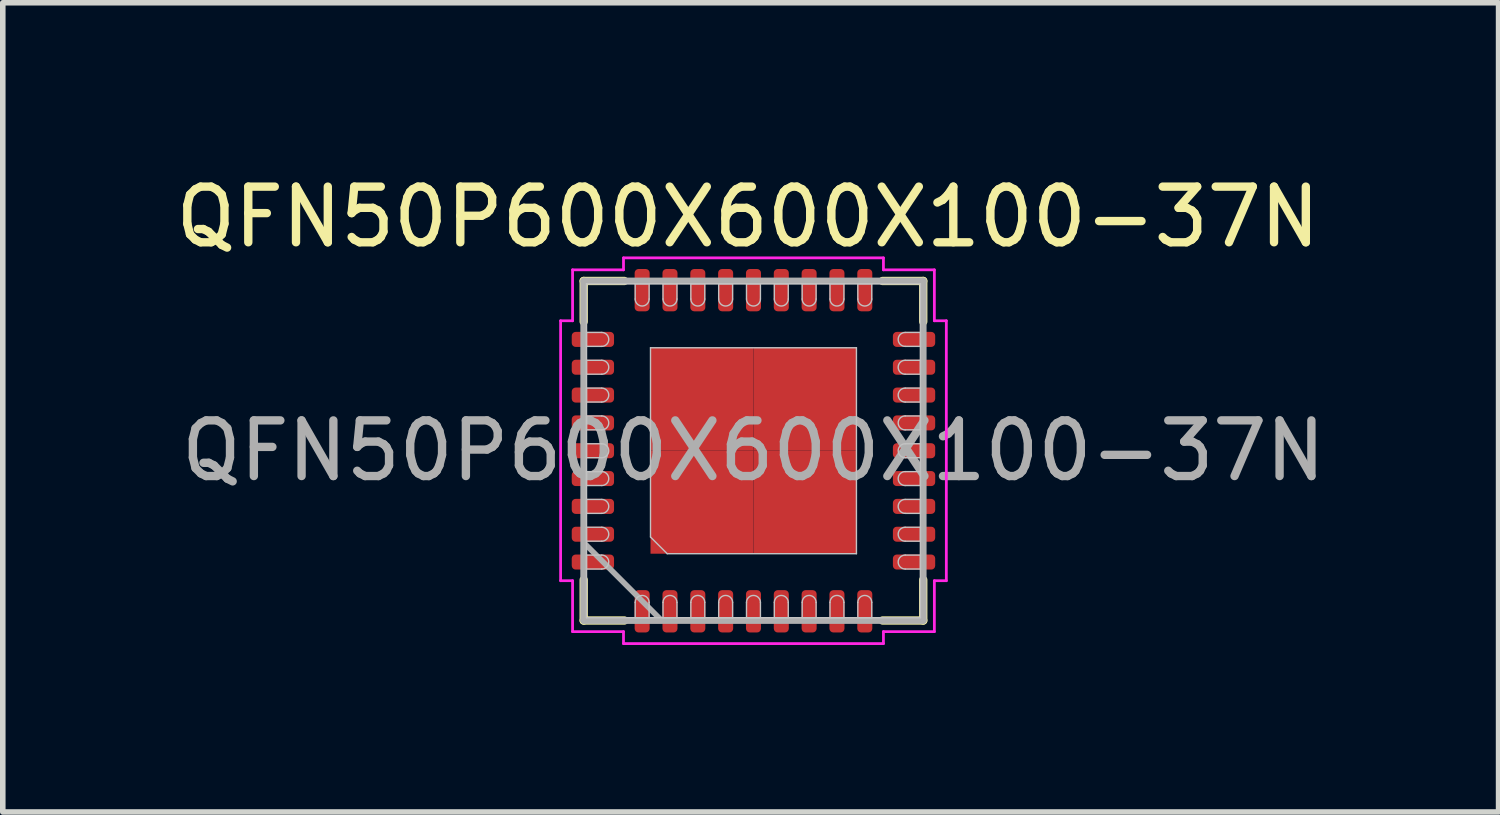
<source format=kicad_pcb>
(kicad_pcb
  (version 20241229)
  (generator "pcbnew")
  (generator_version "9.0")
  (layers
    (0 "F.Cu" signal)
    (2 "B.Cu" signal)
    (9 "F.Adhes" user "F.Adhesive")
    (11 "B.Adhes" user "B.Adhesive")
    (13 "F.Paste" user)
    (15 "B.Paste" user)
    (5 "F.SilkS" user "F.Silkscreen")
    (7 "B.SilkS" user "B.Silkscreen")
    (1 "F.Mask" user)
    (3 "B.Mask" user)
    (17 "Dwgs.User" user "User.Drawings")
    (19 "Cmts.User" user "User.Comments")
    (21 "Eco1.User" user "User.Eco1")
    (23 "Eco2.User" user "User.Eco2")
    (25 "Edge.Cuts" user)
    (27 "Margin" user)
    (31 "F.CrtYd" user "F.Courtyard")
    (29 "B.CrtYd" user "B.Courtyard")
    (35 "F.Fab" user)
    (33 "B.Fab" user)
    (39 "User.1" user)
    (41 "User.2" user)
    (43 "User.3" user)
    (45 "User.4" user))
  (footprint "QFN50P600X600X100-37N"
    (layer "F.Cu")
    (at 10.487 5.048)
    (property "Reference" "QFN50P600X600X100-37N" (at -0.1 -4.2 0) (layer "F.SilkS") (effects (font (size 1 1) (thickness 0.15))))
    (attr smd)
    (fp_line (start -3.05 -3.05) (end -3.05 -2.32) (stroke (width 0.15) (type solid)) (layer "F.SilkS"))
    (fp_line (start -3.05 3.05) (end -3.05 2.32) (stroke (width 0.15) (type solid)) (layer "F.SilkS"))
    (fp_line (start -2.32 -3.05) (end -3.05 -3.05) (stroke (width 0.15) (type solid)) (layer "F.SilkS"))
    (fp_line (start -2.32 3.05) (end -3.05 3.05) (stroke (width 0.15) (type solid)) (layer "F.SilkS"))
    (fp_line (start 2.32 -3.05) (end 3.05 -3.05) (stroke (width 0.15) (type solid)) (layer "F.SilkS"))
    (fp_line (start 2.32 3.05) (end 3.05 3.05) (stroke (width 0.15) (type solid)) (layer "F.SilkS"))
    (fp_line (start 3.05 -3.05) (end 3.05 -2.32) (stroke (width 0.15) (type solid)) (layer "F.SilkS"))
    (fp_line (start 3.05 3.05) (end 3.05 2.32) (stroke (width 0.15) (type solid)) (layer "F.SilkS"))
    (fp_line (start -3 -3) (end 3 -3) (stroke (width 0.025) (type solid)) (layer "Dwgs.User"))
    (fp_line (start -3 -2.125) (end -3 -1.875) (stroke (width 0.025) (type solid)) (layer "Dwgs.User"))
    (fp_line (start -3 -1.875) (end -2.725 -1.875) (stroke (width 0.025) (type solid)) (layer "Dwgs.User"))
    (fp_line (start -3 -1.625) (end -3 -1.375) (stroke (width 0.025) (type solid)) (layer "Dwgs.User"))
    (fp_line (start -3 -1.375) (end -2.725 -1.375) (stroke (width 0.025) (type solid)) (layer "Dwgs.User"))
    (fp_line (start -3 -1.125) (end -3 -0.875) (stroke (width 0.025) (type solid)) (layer "Dwgs.User"))
    (fp_line (start -3 -0.875) (end -2.725 -0.875) (stroke (width 0.025) (type solid)) (layer "Dwgs.User"))
    (fp_line (start -3 -0.625) (end -3 -0.375) (stroke (width 0.025) (type solid)) (layer "Dwgs.User"))
    (fp_line (start -3 -0.375) (end -2.725 -0.375) (stroke (width 0.025) (type solid)) (layer "Dwgs.User"))
    (fp_line (start -3 -0.125) (end -3 0.125) (stroke (width 0.025) (type solid)) (layer "Dwgs.User"))
    (fp_line (start -3 0.125) (end -2.725 0.125) (stroke (width 0.025) (type solid)) (layer "Dwgs.User"))
    (fp_line (start -3 0.375) (end -3 0.625) (stroke (width 0.025) (type solid)) (layer "Dwgs.User"))
    (fp_line (start -3 0.625) (end -2.725 0.625) (stroke (width 0.025) (type solid)) (layer "Dwgs.User"))
    (fp_line (start -3 0.875) (end -3 1.125) (stroke (width 0.025) (type solid)) (layer "Dwgs.User"))
    (fp_line (start -3 1.125) (end -2.725 1.125) (stroke (width 0.025) (type solid)) (layer "Dwgs.User"))
    (fp_line (start -3 1.375) (end -3 1.625) (stroke (width 0.025) (type solid)) (layer "Dwgs.User"))
    (fp_line (start -3 1.625) (end -2.725 1.625) (stroke (width 0.025) (type solid)) (layer "Dwgs.User"))
    (fp_line (start -3 1.875) (end -3 2.125) (stroke (width 0.025) (type solid)) (layer "Dwgs.User"))
    (fp_line (start -3 2.125) (end -2.725 2.125) (stroke (width 0.025) (type solid)) (layer "Dwgs.User"))
    (fp_line (start -3 3) (end -3 -3) (stroke (width 0.025) (type solid)) (layer "Dwgs.User"))
    (fp_line (start -2.725 -2.125) (end -3 -2.125) (stroke (width 0.025) (type solid)) (layer "Dwgs.User"))
    (fp_line (start -2.725 -1.625) (end -3 -1.625) (stroke (width 0.025) (type solid)) (layer "Dwgs.User"))
    (fp_line (start -2.725 -1.125) (end -3 -1.125) (stroke (width 0.025) (type solid)) (layer "Dwgs.User"))
    (fp_line (start -2.725 -0.625) (end -3 -0.625) (stroke (width 0.025) (type solid)) (layer "Dwgs.User"))
    (fp_line (start -2.725 -0.125) (end -3 -0.125) (stroke (width 0.025) (type solid)) (layer "Dwgs.User"))
    (fp_line (start -2.725 0.375) (end -3 0.375) (stroke (width 0.025) (type solid)) (layer "Dwgs.User"))
    (fp_line (start -2.725 0.875) (end -3 0.875) (stroke (width 0.025) (type solid)) (layer "Dwgs.User"))
    (fp_line (start -2.725 1.375) (end -3 1.375) (stroke (width 0.025) (type solid)) (layer "Dwgs.User"))
    (fp_line (start -2.725 1.875) (end -3 1.875) (stroke (width 0.025) (type solid)) (layer "Dwgs.User"))
    (fp_line (start -2.125 -3) (end -2.125 -2.725) (stroke (width 0.025) (type solid)) (layer "Dwgs.User"))
    (fp_line (start -2.125 2.725) (end -2.125 3) (stroke (width 0.025) (type solid)) (layer "Dwgs.User"))
    (fp_line (start -2.125 3) (end -1.875 3) (stroke (width 0.025) (type solid)) (layer "Dwgs.User"))
    (fp_line (start -1.875 -3) (end -2.125 -3) (stroke (width 0.025) (type solid)) (layer "Dwgs.User"))
    (fp_line (start -1.875 -2.725) (end -1.875 -3) (stroke (width 0.025) (type solid)) (layer "Dwgs.User"))
    (fp_line (start -1.875 3) (end -1.875 2.725) (stroke (width 0.025) (type solid)) (layer "Dwgs.User"))
    (fp_line (start -1.85 -1.85) (end -1.85 1.55) (stroke (width 0.025) (type solid)) (layer "Dwgs.User"))
    (fp_line (start -1.85 1.55) (end -1.55 1.85) (stroke (width 0.025) (type solid)) (layer "Dwgs.User"))
    (fp_line (start -1.625 -3) (end -1.625 -2.725) (stroke (width 0.025) (type solid)) (layer "Dwgs.User"))
    (fp_line (start -1.625 2.725) (end -1.625 3) (stroke (width 0.025) (type solid)) (layer "Dwgs.User"))
    (fp_line (start -1.625 3) (end -1.375 3) (stroke (width 0.025) (type solid)) (layer "Dwgs.User"))
    (fp_line (start -1.55 1.85) (end 1.85 1.85) (stroke (width 0.025) (type solid)) (layer "Dwgs.User"))
    (fp_line (start -1.375 -3) (end -1.625 -3) (stroke (width 0.025) (type solid)) (layer "Dwgs.User"))
    (fp_line (start -1.375 -2.725) (end -1.375 -3) (stroke (width 0.025) (type solid)) (layer "Dwgs.User"))
    (fp_line (start -1.375 3) (end -1.375 2.725) (stroke (width 0.025) (type solid)) (layer "Dwgs.User"))
    (fp_line (start -1.125 -3) (end -1.125 -2.725) (stroke (width 0.025) (type solid)) (layer "Dwgs.User"))
    (fp_line (start -1.125 2.725) (end -1.125 3) (stroke (width 0.025) (type solid)) (layer "Dwgs.User"))
    (fp_line (start -1.125 3) (end -0.875 3) (stroke (width 0.025) (type solid)) (layer "Dwgs.User"))
    (fp_line (start -0.875 -3) (end -1.125 -3) (stroke (width 0.025) (type solid)) (layer "Dwgs.User"))
    (fp_line (start -0.875 -2.725) (end -0.875 -3) (stroke (width 0.025) (type solid)) (layer "Dwgs.User"))
    (fp_line (start -0.875 3) (end -0.875 2.725) (stroke (width 0.025) (type solid)) (layer "Dwgs.User"))
    (fp_line (start -0.625 -3) (end -0.625 -2.725) (stroke (width 0.025) (type solid)) (layer "Dwgs.User"))
    (fp_line (start -0.625 2.725) (end -0.625 3) (stroke (width 0.025) (type solid)) (layer "Dwgs.User"))
    (fp_line (start -0.625 3) (end -0.375 3) (stroke (width 0.025) (type solid)) (layer "Dwgs.User"))
    (fp_line (start -0.375 -3) (end -0.625 -3) (stroke (width 0.025) (type solid)) (layer "Dwgs.User"))
    (fp_line (start -0.375 -2.725) (end -0.375 -3) (stroke (width 0.025) (type solid)) (layer "Dwgs.User"))
    (fp_line (start -0.375 3) (end -0.375 2.725) (stroke (width 0.025) (type solid)) (layer "Dwgs.User"))
    (fp_line (start -0.125 -3) (end -0.125 -2.725) (stroke (width 0.025) (type solid)) (layer "Dwgs.User"))
    (fp_line (start -0.125 2.725) (end -0.125 3) (stroke (width 0.025) (type solid)) (layer "Dwgs.User"))
    (fp_line (start -0.125 3) (end 0.125 3) (stroke (width 0.025) (type solid)) (layer "Dwgs.User"))
    (fp_line (start 0.125 -3) (end -0.125 -3) (stroke (width 0.025) (type solid)) (layer "Dwgs.User"))
    (fp_line (start 0.125 -2.725) (end 0.125 -3) (stroke (width 0.025) (type solid)) (layer "Dwgs.User"))
    (fp_line (start 0.125 3) (end 0.125 2.725) (stroke (width 0.025) (type solid)) (layer "Dwgs.User"))
    (fp_line (start 0.375 -3) (end 0.375 -2.725) (stroke (width 0.025) (type solid)) (layer "Dwgs.User"))
    (fp_line (start 0.375 2.725) (end 0.375 3) (stroke (width 0.025) (type solid)) (layer "Dwgs.User"))
    (fp_line (start 0.375 3) (end 0.625 3) (stroke (width 0.025) (type solid)) (layer "Dwgs.User"))
    (fp_line (start 0.625 -3) (end 0.375 -3) (stroke (width 0.025) (type solid)) (layer "Dwgs.User"))
    (fp_line (start 0.625 -2.725) (end 0.625 -3) (stroke (width 0.025) (type solid)) (layer "Dwgs.User"))
    (fp_line (start 0.625 3) (end 0.625 2.725) (stroke (width 0.025) (type solid)) (layer "Dwgs.User"))
    (fp_line (start 0.875 -3) (end 0.875 -2.725) (stroke (width 0.025) (type solid)) (layer "Dwgs.User"))
    (fp_line (start 0.875 2.725) (end 0.875 3) (stroke (width 0.025) (type solid)) (layer "Dwgs.User"))
    (fp_line (start 0.875 3) (end 1.125 3) (stroke (width 0.025) (type solid)) (layer "Dwgs.User"))
    (fp_line (start 1.125 -3) (end 0.875 -3) (stroke (width 0.025) (type solid)) (layer "Dwgs.User"))
    (fp_line (start 1.125 -2.725) (end 1.125 -3) (stroke (width 0.025) (type solid)) (layer "Dwgs.User"))
    (fp_line (start 1.125 3) (end 1.125 2.725) (stroke (width 0.025) (type solid)) (layer "Dwgs.User"))
    (fp_line (start 1.375 -3) (end 1.375 -2.725) (stroke (width 0.025) (type solid)) (layer "Dwgs.User"))
    (fp_line (start 1.375 2.725) (end 1.375 3) (stroke (width 0.025) (type solid)) (layer "Dwgs.User"))
    (fp_line (start 1.375 3) (end 1.625 3) (stroke (width 0.025) (type solid)) (layer "Dwgs.User"))
    (fp_line (start 1.625 -3) (end 1.375 -3) (stroke (width 0.025) (type solid)) (layer "Dwgs.User"))
    (fp_line (start 1.625 -2.725) (end 1.625 -3) (stroke (width 0.025) (type solid)) (layer "Dwgs.User"))
    (fp_line (start 1.625 3) (end 1.625 2.725) (stroke (width 0.025) (type solid)) (layer "Dwgs.User"))
    (fp_line (start 1.85 -1.85) (end -1.85 -1.85) (stroke (width 0.025) (type solid)) (layer "Dwgs.User"))
    (fp_line (start 1.85 1.85) (end 1.85 -1.85) (stroke (width 0.025) (type solid)) (layer "Dwgs.User"))
    (fp_line (start 1.875 -3) (end 1.875 -2.725) (stroke (width 0.025) (type solid)) (layer "Dwgs.User"))
    (fp_line (start 1.875 2.725) (end 1.875 3) (stroke (width 0.025) (type solid)) (layer "Dwgs.User"))
    (fp_line (start 1.875 3) (end 2.125 3) (stroke (width 0.025) (type solid)) (layer "Dwgs.User"))
    (fp_line (start 2.125 -3) (end 1.875 -3) (stroke (width 0.025) (type solid)) (layer "Dwgs.User"))
    (fp_line (start 2.125 -2.725) (end 2.125 -3) (stroke (width 0.025) (type solid)) (layer "Dwgs.User"))
    (fp_line (start 2.125 3) (end 2.125 2.725) (stroke (width 0.025) (type solid)) (layer "Dwgs.User"))
    (fp_line (start 2.725 -1.875) (end 3 -1.875) (stroke (width 0.025) (type solid)) (layer "Dwgs.User"))
    (fp_line (start 2.725 -1.375) (end 3 -1.375) (stroke (width 0.025) (type solid)) (layer "Dwgs.User"))
    (fp_line (start 2.725 -0.875) (end 3 -0.875) (stroke (width 0.025) (type solid)) (layer "Dwgs.User"))
    (fp_line (start 2.725 -0.375) (end 3 -0.375) (stroke (width 0.025) (type solid)) (layer "Dwgs.User"))
    (fp_line (start 2.725 0.125) (end 3 0.125) (stroke (width 0.025) (type solid)) (layer "Dwgs.User"))
    (fp_line (start 2.725 0.625) (end 3 0.625) (stroke (width 0.025) (type solid)) (layer "Dwgs.User"))
    (fp_line (start 2.725 1.125) (end 3 1.125) (stroke (width 0.025) (type solid)) (layer "Dwgs.User"))
    (fp_line (start 2.725 1.625) (end 3 1.625) (stroke (width 0.025) (type solid)) (layer "Dwgs.User"))
    (fp_line (start 2.725 2.125) (end 3 2.125) (stroke (width 0.025) (type solid)) (layer "Dwgs.User"))
    (fp_line (start 3 -3) (end 3 3) (stroke (width 0.025) (type solid)) (layer "Dwgs.User"))
    (fp_line (start 3 -2.125) (end 2.725 -2.125) (stroke (width 0.025) (type solid)) (layer "Dwgs.User"))
    (fp_line (start 3 -1.875) (end 3 -2.125) (stroke (width 0.025) (type solid)) (layer "Dwgs.User"))
    (fp_line (start 3 -1.625) (end 2.725 -1.625) (stroke (width 0.025) (type solid)) (layer "Dwgs.User"))
    (fp_line (start 3 -1.375) (end 3 -1.625) (stroke (width 0.025) (type solid)) (layer "Dwgs.User"))
    (fp_line (start 3 -1.125) (end 2.725 -1.125) (stroke (width 0.025) (type solid)) (layer "Dwgs.User"))
    (fp_line (start 3 -0.875) (end 3 -1.125) (stroke (width 0.025) (type solid)) (layer "Dwgs.User"))
    (fp_line (start 3 -0.625) (end 2.725 -0.625) (stroke (width 0.025) (type solid)) (layer "Dwgs.User"))
    (fp_line (start 3 -0.375) (end 3 -0.625) (stroke (width 0.025) (type solid)) (layer "Dwgs.User"))
    (fp_line (start 3 -0.125) (end 2.725 -0.125) (stroke (width 0.025) (type solid)) (layer "Dwgs.User"))
    (fp_line (start 3 0.125) (end 3 -0.125) (stroke (width 0.025) (type solid)) (layer "Dwgs.User"))
    (fp_line (start 3 0.375) (end 2.725 0.375) (stroke (width 0.025) (type solid)) (layer "Dwgs.User"))
    (fp_line (start 3 0.625) (end 3 0.375) (stroke (width 0.025) (type solid)) (layer "Dwgs.User"))
    (fp_line (start 3 0.875) (end 2.725 0.875) (stroke (width 0.025) (type solid)) (layer "Dwgs.User"))
    (fp_line (start 3 1.125) (end 3 0.875) (stroke (width 0.025) (type solid)) (layer "Dwgs.User"))
    (fp_line (start 3 1.375) (end 2.725 1.375) (stroke (width 0.025) (type solid)) (layer "Dwgs.User"))
    (fp_line (start 3 1.625) (end 3 1.375) (stroke (width 0.025) (type solid)) (layer "Dwgs.User"))
    (fp_line (start 3 1.875) (end 2.725 1.875) (stroke (width 0.025) (type solid)) (layer "Dwgs.User"))
    (fp_line (start 3 2.125) (end 3 1.875) (stroke (width 0.025) (type solid)) (layer "Dwgs.User"))
    (fp_line (start 3 3) (end -3 3) (stroke (width 0.025) (type solid)) (layer "Dwgs.User"))
    (fp_arc (start -2.725 -2.125) (mid -2.6 -2) (end -2.725 -1.875) (stroke (width 0.025) (type solid)) (layer "Dwgs.User"))
    (fp_arc (start -2.725 -1.625) (mid -2.6 -1.5) (end -2.725 -1.375) (stroke (width 0.025) (type solid)) (layer "Dwgs.User"))
    (fp_arc (start -2.725 -1.125) (mid -2.6 -1) (end -2.725 -0.875) (stroke (width 0.025) (type solid)) (layer "Dwgs.User"))
    (fp_arc (start -2.725 -0.625) (mid -2.6 -0.5) (end -2.725 -0.375) (stroke (width 0.025) (type solid)) (layer "Dwgs.User"))
    (fp_arc (start -2.725 -0.125) (mid -2.6 0) (end -2.725 0.125) (stroke (width 0.025) (type solid)) (layer "Dwgs.User"))
    (fp_arc (start -2.725 0.375) (mid -2.6 0.5) (end -2.725 0.625) (stroke (width 0.025) (type solid)) (layer "Dwgs.User"))
    (fp_arc (start -2.725 0.875) (mid -2.6 1) (end -2.725 1.125) (stroke (width 0.025) (type solid)) (layer "Dwgs.User"))
    (fp_arc (start -2.725 1.375) (mid -2.6 1.5) (end -2.725 1.625) (stroke (width 0.025) (type solid)) (layer "Dwgs.User"))
    (fp_arc (start -2.725 1.875) (mid -2.6 2) (end -2.725 2.125) (stroke (width 0.025) (type solid)) (layer "Dwgs.User"))
    (fp_arc (start -2.125 2.725) (mid -2 2.6) (end -1.875 2.725) (stroke (width 0.025) (type solid)) (layer "Dwgs.User"))
    (fp_arc (start -1.875 -2.725) (mid -2 -2.6) (end -2.125 -2.725) (stroke (width 0.025) (type solid)) (layer "Dwgs.User"))
    (fp_arc (start -1.625 2.725) (mid -1.5 2.6) (end -1.375 2.725) (stroke (width 0.025) (type solid)) (layer "Dwgs.User"))
    (fp_arc (start -1.375 -2.725) (mid -1.5 -2.6) (end -1.625 -2.725) (stroke (width 0.025) (type solid)) (layer "Dwgs.User"))
    (fp_arc (start -1.125 2.725) (mid -1 2.6) (end -0.875 2.725) (stroke (width 0.025) (type solid)) (layer "Dwgs.User"))
    (fp_arc (start -0.875 -2.725) (mid -1 -2.6) (end -1.125 -2.725) (stroke (width 0.025) (type solid)) (layer "Dwgs.User"))
    (fp_arc (start -0.625 2.725) (mid -0.5 2.6) (end -0.375 2.725) (stroke (width 0.025) (type solid)) (layer "Dwgs.User"))
    (fp_arc (start -0.375 -2.725) (mid -0.5 -2.6) (end -0.625 -2.725) (stroke (width 0.025) (type solid)) (layer "Dwgs.User"))
    (fp_arc (start -0.125 2.725) (mid 0 2.6) (end 0.125 2.725) (stroke (width 0.025) (type solid)) (layer "Dwgs.User"))
    (fp_arc (start 0.125 -2.725) (mid 0 -2.6) (end -0.125 -2.725) (stroke (width 0.025) (type solid)) (layer "Dwgs.User"))
    (fp_arc (start 0.375 2.725) (mid 0.5 2.6) (end 0.625 2.725) (stroke (width 0.025) (type solid)) (layer "Dwgs.User"))
    (fp_arc (start 0.625 -2.725) (mid 0.5 -2.6) (end 0.375 -2.725) (stroke (width 0.025) (type solid)) (layer "Dwgs.User"))
    (fp_arc (start 0.875 2.725) (mid 1 2.6) (end 1.125 2.725) (stroke (width 0.025) (type solid)) (layer "Dwgs.User"))
    (fp_arc (start 1.125 -2.725) (mid 1 -2.6) (end 0.875 -2.725) (stroke (width 0.025) (type solid)) (layer "Dwgs.User"))
    (fp_arc (start 1.375 2.725) (mid 1.5 2.6) (end 1.625 2.725) (stroke (width 0.025) (type solid)) (layer "Dwgs.User"))
    (fp_arc (start 1.625 -2.725) (mid 1.5 -2.6) (end 1.375 -2.725) (stroke (width 0.025) (type solid)) (layer "Dwgs.User"))
    (fp_arc (start 1.875 2.725) (mid 2 2.6) (end 2.125 2.725) (stroke (width 0.025) (type solid)) (layer "Dwgs.User"))
    (fp_arc (start 2.125 -2.725) (mid 2 -2.6) (end 1.875 -2.725) (stroke (width 0.025) (type solid)) (layer "Dwgs.User"))
    (fp_arc (start 2.725 -1.875) (mid 2.6 -2) (end 2.725 -2.125) (stroke (width 0.025) (type solid)) (layer "Dwgs.User"))
    (fp_arc (start 2.725 -1.375) (mid 2.6 -1.5) (end 2.725 -1.625) (stroke (width 0.025) (type solid)) (layer "Dwgs.User"))
    (fp_arc (start 2.725 -0.875) (mid 2.6 -1) (end 2.725 -1.125) (stroke (width 0.025) (type solid)) (layer "Dwgs.User"))
    (fp_arc (start 2.725 -0.375) (mid 2.6 -0.5) (end 2.725 -0.625) (stroke (width 0.025) (type solid)) (layer "Dwgs.User"))
    (fp_arc (start 2.725 0.125) (mid 2.6 0) (end 2.725 -0.125) (stroke (width 0.025) (type solid)) (layer "Dwgs.User"))
    (fp_arc (start 2.725 0.625) (mid 2.6 0.5) (end 2.725 0.375) (stroke (width 0.025) (type solid)) (layer "Dwgs.User"))
    (fp_arc (start 2.725 1.125) (mid 2.6 1) (end 2.725 0.875) (stroke (width 0.025) (type solid)) (layer "Dwgs.User"))
    (fp_arc (start 2.725 1.625) (mid 2.6 1.5) (end 2.725 1.375) (stroke (width 0.025) (type solid)) (layer "Dwgs.User"))
    (fp_arc (start 2.725 2.125) (mid 2.6 2) (end 2.725 1.875) (stroke (width 0.025) (type solid)) (layer "Dwgs.User"))
    (fp_line (start -3.465 -2.335) (end -3.465 2.335) (stroke (width 0.05) (type solid)) (layer "F.CrtYd"))
    (fp_line (start -3.465 2.335) (end -3.25 2.335) (stroke (width 0.05) (type solid)) (layer "F.CrtYd"))
    (fp_line (start -3.25 -3.25) (end -3.25 -2.335) (stroke (width 0.05) (type solid)) (layer "F.CrtYd"))
    (fp_line (start -3.25 -2.335) (end -3.465 -2.335) (stroke (width 0.05) (type solid)) (layer "F.CrtYd"))
    (fp_line (start -3.25 2.335) (end -3.25 3.25) (stroke (width 0.05) (type solid)) (layer "F.CrtYd"))
    (fp_line (start -3.25 3.25) (end -2.335 3.25) (stroke (width 0.05) (type solid)) (layer "F.CrtYd"))
    (fp_line (start -2.335 -3.465) (end -2.335 -3.25) (stroke (width 0.05) (type solid)) (layer "F.CrtYd"))
    (fp_line (start -2.335 -3.25) (end -3.25 -3.25) (stroke (width 0.05) (type solid)) (layer "F.CrtYd"))
    (fp_line (start -2.335 3.25) (end -2.335 3.465) (stroke (width 0.05) (type solid)) (layer "F.CrtYd"))
    (fp_line (start -2.335 3.465) (end 2.335 3.465) (stroke (width 0.05) (type solid)) (layer "F.CrtYd"))
    (fp_line (start 2.335 -3.465) (end -2.335 -3.465) (stroke (width 0.05) (type solid)) (layer "F.CrtYd"))
    (fp_line (start 2.335 -3.25) (end 2.335 -3.465) (stroke (width 0.05) (type solid)) (layer "F.CrtYd"))
    (fp_line (start 2.335 3.25) (end 3.25 3.25) (stroke (width 0.05) (type solid)) (layer "F.CrtYd"))
    (fp_line (start 2.335 3.465) (end 2.335 3.25) (stroke (width 0.05) (type solid)) (layer "F.CrtYd"))
    (fp_line (start 3.25 -3.25) (end 2.335 -3.25) (stroke (width 0.05) (type solid)) (layer "F.CrtYd"))
    (fp_line (start 3.25 -2.335) (end 3.25 -3.25) (stroke (width 0.05) (type solid)) (layer "F.CrtYd"))
    (fp_line (start 3.25 2.335) (end 3.465 2.335) (stroke (width 0.05) (type solid)) (layer "F.CrtYd"))
    (fp_line (start 3.25 3.25) (end 3.25 2.335) (stroke (width 0.05) (type solid)) (layer "F.CrtYd"))
    (fp_line (start 3.465 -2.335) (end 3.25 -2.335) (stroke (width 0.05) (type solid)) (layer "F.CrtYd"))
    (fp_line (start 3.465 2.335) (end 3.465 -2.335) (stroke (width 0.05) (type solid)) (layer "F.CrtYd"))
    (fp_line (start -3.05 -3.05) (end 3.05 -3.05) (stroke (width 0.12) (type solid)) (layer "F.Fab"))
    (fp_line (start -3.05 3.05) (end -3.05 -3.05) (stroke (width 0.12) (type solid)) (layer "F.Fab"))
    (fp_line (start 3.05 -3.05) (end 3.05 3.05) (stroke (width 0.12) (type solid)) (layer "F.Fab"))
    (fp_line (start 3.05 3.05) (end -3.05 3.05) (stroke (width 0.12) (type solid)) (layer "F.Fab"))
    (fp_poly (pts (xy -1.65 3.05) (xy -3.05 3.05) (xy -3.05 1.65)) (stroke (width 0.1) (type solid)) (fill no) (layer "F.Fab"))
    (fp_text user "${REFERENCE}" (at 0 0 0) (layer "F.Fab") (effects (font (size 1 1) (thickness 0.15))))
    (pad "" smd rect (at -0.925 -0.925 90) (size 1.31 1.31) (layers "F.Paste"))
    (pad "" smd rect (at -0.925 0.925 90) (size 1.31 1.31) (layers "F.Paste"))
    (pad "" smd rect (at 0.925 -0.925 90) (size 1.31 1.31) (layers "F.Paste"))
    (pad "" smd rect (at 0.925 0.925 90) (size 1.31 1.31) (layers "F.Paste"))
    (pad "1" smd roundrect (at -2 2.885 90) (size 0.76 0.27) (layers "F.Cu" "F.Mask" "F.Paste") (roundrect_rratio 0.259))
    (pad "2" smd roundrect (at -1.5 2.885 90) (size 0.76 0.27) (layers "F.Cu" "F.Mask" "F.Paste") (roundrect_rratio 0.259))
    (pad "3" smd roundrect (at -1 2.885 90) (size 0.76 0.27) (layers "F.Cu" "F.Mask" "F.Paste") (roundrect_rratio 0.259))
    (pad "4" smd roundrect (at -0.5 2.885 90) (size 0.76 0.27) (layers "F.Cu" "F.Mask" "F.Paste") (roundrect_rratio 0.259))
    (pad "5" smd roundrect (at 0 2.885 90) (size 0.76 0.27) (layers "F.Cu" "F.Mask" "F.Paste") (roundrect_rratio 0.259))
    (pad "6" smd roundrect (at 0.5 2.885 90) (size 0.76 0.27) (layers "F.Cu" "F.Mask" "F.Paste") (roundrect_rratio 0.259))
    (pad "7" smd roundrect (at 1 2.885 90) (size 0.76 0.27) (layers "F.Cu" "F.Mask" "F.Paste") (roundrect_rratio 0.259))
    (pad "8" smd roundrect (at 1.5 2.885 90) (size 0.76 0.27) (layers "F.Cu" "F.Mask" "F.Paste") (roundrect_rratio 0.259))
    (pad "9" smd roundrect (at 2 2.885 90) (size 0.76 0.27) (layers "F.Cu" "F.Mask" "F.Paste") (roundrect_rratio 0.259))
    (pad "10" smd roundrect (at 2.885 2) (size 0.76 0.27) (layers "F.Cu" "F.Mask" "F.Paste") (roundrect_rratio 0.259))
    (pad "11" smd roundrect (at 2.885 1.5) (size 0.76 0.27) (layers "F.Cu" "F.Mask" "F.Paste") (roundrect_rratio 0.259))
    (pad "12" smd roundrect (at 2.885 1) (size 0.76 0.27) (layers "F.Cu" "F.Mask" "F.Paste") (roundrect_rratio 0.259))
    (pad "13" smd roundrect (at 2.885 0.5) (size 0.76 0.27) (layers "F.Cu" "F.Mask" "F.Paste") (roundrect_rratio 0.259))
    (pad "14" smd roundrect (at 2.885 0) (size 0.76 0.27) (layers "F.Cu" "F.Mask" "F.Paste") (roundrect_rratio 0.259))
    (pad "15" smd roundrect (at 2.885 -0.5) (size 0.76 0.27) (layers "F.Cu" "F.Mask" "F.Paste") (roundrect_rratio 0.259))
    (pad "16" smd roundrect (at 2.885 -1) (size 0.76 0.27) (layers "F.Cu" "F.Mask" "F.Paste") (roundrect_rratio 0.259))
    (pad "17" smd roundrect (at 2.885 -1.5) (size 0.76 0.27) (layers "F.Cu" "F.Mask" "F.Paste") (roundrect_rratio 0.259))
    (pad "18" smd roundrect (at 2.885 -2) (size 0.76 0.27) (layers "F.Cu" "F.Mask" "F.Paste") (roundrect_rratio 0.259))
    (pad "19" smd roundrect (at 2 -2.885 90) (size 0.76 0.27) (layers "F.Cu" "F.Mask" "F.Paste") (roundrect_rratio 0.259))
    (pad "20" smd roundrect (at 1.5 -2.885 90) (size 0.76 0.27) (layers "F.Cu" "F.Mask" "F.Paste") (roundrect_rratio 0.259))
    (pad "21" smd roundrect (at 1 -2.885 90) (size 0.76 0.27) (layers "F.Cu" "F.Mask" "F.Paste") (roundrect_rratio 0.259))
    (pad "22" smd roundrect (at 0.5 -2.885 90) (size 0.76 0.27) (layers "F.Cu" "F.Mask" "F.Paste") (roundrect_rratio 0.259))
    (pad "23" smd roundrect (at 0 -2.885 90) (size 0.76 0.27) (layers "F.Cu" "F.Mask" "F.Paste") (roundrect_rratio 0.259))
    (pad "24" smd roundrect (at -0.5 -2.885 90) (size 0.76 0.27) (layers "F.Cu" "F.Mask" "F.Paste") (roundrect_rratio 0.259))
    (pad "25" smd roundrect (at -1 -2.885 90) (size 0.76 0.27) (layers "F.Cu" "F.Mask" "F.Paste") (roundrect_rratio 0.259))
    (pad "26" smd roundrect (at -1.5 -2.885 90) (size 0.76 0.27) (layers "F.Cu" "F.Mask" "F.Paste") (roundrect_rratio 0.259))
    (pad "27" smd roundrect (at -2 -2.885 90) (size 0.76 0.27) (layers "F.Cu" "F.Mask" "F.Paste") (roundrect_rratio 0.259))
    (pad "28" smd roundrect (at -2.885 -2) (size 0.76 0.27) (layers "F.Cu" "F.Mask" "F.Paste") (roundrect_rratio 0.259))
    (pad "29" smd roundrect (at -2.885 -1.5) (size 0.76 0.27) (layers "F.Cu" "F.Mask" "F.Paste") (roundrect_rratio 0.259))
    (pad "30" smd roundrect (at -2.885 -1) (size 0.76 0.27) (layers "F.Cu" "F.Mask" "F.Paste") (roundrect_rratio 0.259))
    (pad "31" smd roundrect (at -2.885 -0.5) (size 0.76 0.27) (layers "F.Cu" "F.Mask" "F.Paste") (roundrect_rratio 0.259))
    (pad "32" smd roundrect (at -2.885 0) (size 0.76 0.27) (layers "F.Cu" "F.Mask" "F.Paste") (roundrect_rratio 0.259))
    (pad "33" smd roundrect (at -2.885 0.5) (size 0.76 0.27) (layers "F.Cu" "F.Mask" "F.Paste") (roundrect_rratio 0.259))
    (pad "34" smd roundrect (at -2.885 1) (size 0.76 0.27) (layers "F.Cu" "F.Mask" "F.Paste") (roundrect_rratio 0.259))
    (pad "35" smd roundrect (at -2.885 1.5) (size 0.76 0.27) (layers "F.Cu" "F.Mask" "F.Paste") (roundrect_rratio 0.259))
    (pad "36" smd roundrect (at -2.885 2) (size 0.76 0.27) (layers "F.Cu" "F.Mask" "F.Paste") (roundrect_rratio 0.259))
    (pad "37" smd rect (at -0.925 -0.925) (size 1.85 1.85) (layers "F.Cu" "F.Mask" "F.Paste"))
    (pad "37" smd rect (at -0.925 0.925) (size 1.85 1.85) (layers "F.Cu" "F.Mask" "F.Paste"))
    (pad "37" smd rect (at 0.925 -0.925) (size 1.85 1.85) (layers "F.Cu" "F.Mask" "F.Paste"))
    (pad "37" smd rect (at 0.925 0.925) (size 1.85 1.85) (layers "F.Cu" "F.Mask" "F.Paste")))
  (gr_rect
    (start -3 -3)
    (end 23.874 11.538)
    (stroke (width 0.1) (type default))
    (fill no)
    (layer "Edge.Cuts")))
</source>
